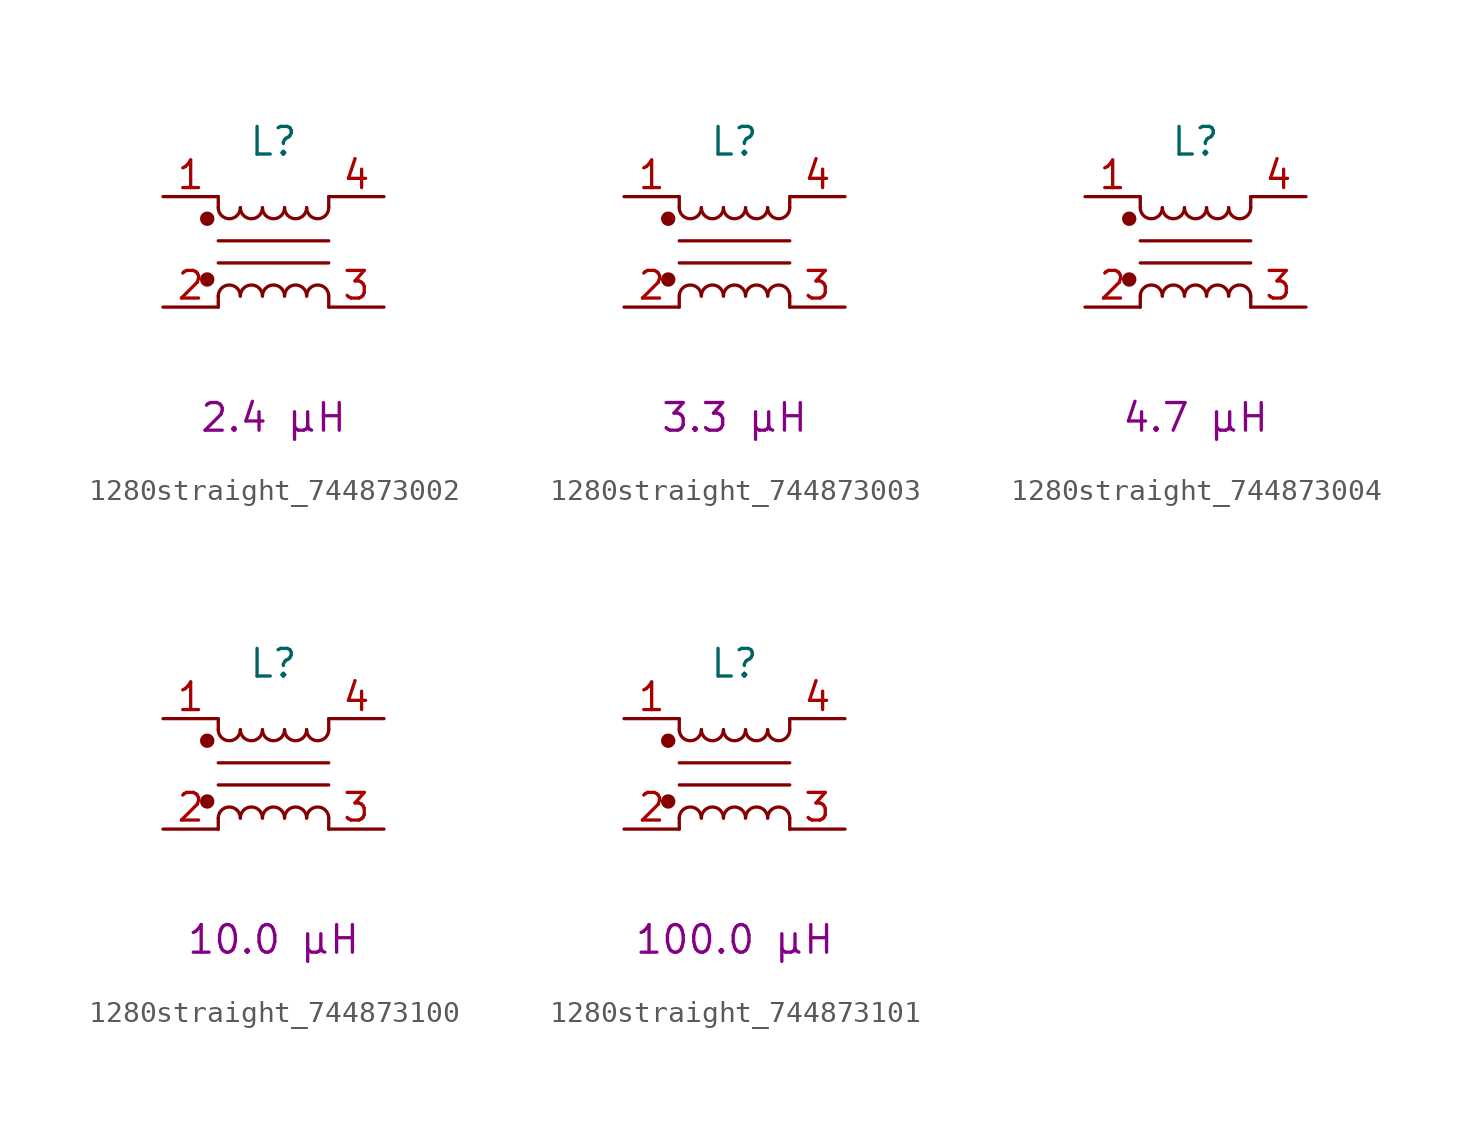
<source format=kicad_sym>
(kicad_symbol_lib
  (version 20220914)
  (generator kicad_symbol_editor)
  (symbol "1280straight_744873002"
    (pin_names hide)
    (property "Reference" "L"
      (at 0 5.08 0)
      (effects (font (size 1.27 1.27))))
    (property "Critical Parameter" "2.4 µH"
      (at 0 -7.62 0)
      (effects (font (size 1.27 1.27))))
    (symbol "1280straight_744873002_0_1"
      (circle (center -3.048 -1.27) (radius 0.254) (stroke (width 0) (type default)) (fill (type outline)))
      (circle (center -3.048 1.524) (radius 0.254) (stroke (width 0) (type default)) (fill (type outline)))
      (arc (start -2.54 2.032) (mid -2.032 1.5262) (end -1.524 2.032) (stroke (width 0) (type default)) (fill (type none)))
      (arc (start -1.524 -2.032) (mid -2.032 -1.5262) (end -2.54 -2.032) (stroke (width 0) (type default)) (fill (type none)))
      (arc (start -1.524 2.032) (mid -1.016 1.5262) (end -0.508 2.032) (stroke (width 0) (type default)) (fill (type none)))
      (arc (start -0.508 -2.032) (mid -1.016 -1.5262) (end -1.524 -2.032) (stroke (width 0) (type default)) (fill (type none)))
      (arc (start -0.508 2.032) (mid 0 1.5262) (end 0.508 2.032) (stroke (width 0) (type default)) (fill (type none)))
      (polyline (pts (xy -2.54 -2.032) (xy -2.54 -2.54)) (stroke (width 0) (type default)) (fill (type none)))
      (polyline (pts (xy -2.54 0.508) (xy 2.54 0.508)) (stroke (width 0) (type default)) (fill (type none)))
      (polyline (pts (xy -2.54 2.032) (xy -2.54 2.54)) (stroke (width 0) (type default)) (fill (type none)))
      (polyline (pts (xy 2.54 -2.032) (xy 2.54 -2.54)) (stroke (width 0) (type default)) (fill (type none)))
      (polyline (pts (xy 2.54 -0.508) (xy -2.54 -0.508)) (stroke (width 0) (type default)) (fill (type none)))
      (polyline (pts (xy 2.54 2.54) (xy 2.54 2.032)) (stroke (width 0) (type default)) (fill (type none)))
      (arc (start 0.508 -2.032) (mid 0 -1.5262) (end -0.508 -2.032) (stroke (width 0) (type default)) (fill (type none)))
      (arc (start 0.508 2.032) (mid 1.016 1.5262) (end 1.524 2.032) (stroke (width 0) (type default)) (fill (type none)))
      (arc (start 1.524 -2.032) (mid 1.016 -1.5262) (end 0.508 -2.032) (stroke (width 0) (type default)) (fill (type none)))
      (arc (start 1.524 2.032) (mid 2.032 1.5262) (end 2.54 2.032) (stroke (width 0) (type default)) (fill (type none)))
      (arc (start 2.54 -2.032) (mid 2.032 -1.5262) (end 1.524 -2.032) (stroke (width 0) (type default)) (fill (type none))))
    (symbol "1280straight_744873002_1_1"
      (pin passive line (at -5.08 2.54 0) (length 2.54) (name "1" (effects (font (size 1.27 1.27)))) (number "1" (effects (font (size 1.27 1.27)))))
      (pin passive line (at -5.08 -2.54 0) (length 2.54) (name "2" (effects (font (size 1.27 1.27)))) (number "2" (effects (font (size 1.27 1.27)))))
      (pin passive line (at 5.08 -2.54 180) (length 2.54) (name "3" (effects (font (size 1.27 1.27)))) (number "3" (effects (font (size 1.27 1.27)))))
      (pin passive line (at 5.08 2.54 180) (length 2.54) (name "4" (effects (font (size 1.27 1.27)))) (number "4" (effects (font (size 1.27 1.27)))))))
  (symbol "1280straight_744873003"
    (pin_names hide)
    (property "Reference" "L"
      (at 0 5.08 0)
      (effects (font (size 1.27 1.27))))
    (property "Critical Parameter" "3.3 µH"
      (at 0 -7.62 0)
      (effects (font (size 1.27 1.27))))
    (symbol "1280straight_744873003_0_1"
      (circle (center -3.048 -1.27) (radius 0.254) (stroke (width 0) (type default)) (fill (type outline)))
      (circle (center -3.048 1.524) (radius 0.254) (stroke (width 0) (type default)) (fill (type outline)))
      (arc (start -2.54 2.032) (mid -2.032 1.5262) (end -1.524 2.032) (stroke (width 0) (type default)) (fill (type none)))
      (arc (start -1.524 -2.032) (mid -2.032 -1.5262) (end -2.54 -2.032) (stroke (width 0) (type default)) (fill (type none)))
      (arc (start -1.524 2.032) (mid -1.016 1.5262) (end -0.508 2.032) (stroke (width 0) (type default)) (fill (type none)))
      (arc (start -0.508 -2.032) (mid -1.016 -1.5262) (end -1.524 -2.032) (stroke (width 0) (type default)) (fill (type none)))
      (arc (start -0.508 2.032) (mid 0 1.5262) (end 0.508 2.032) (stroke (width 0) (type default)) (fill (type none)))
      (polyline (pts (xy -2.54 -2.032) (xy -2.54 -2.54)) (stroke (width 0) (type default)) (fill (type none)))
      (polyline (pts (xy -2.54 0.508) (xy 2.54 0.508)) (stroke (width 0) (type default)) (fill (type none)))
      (polyline (pts (xy -2.54 2.032) (xy -2.54 2.54)) (stroke (width 0) (type default)) (fill (type none)))
      (polyline (pts (xy 2.54 -2.032) (xy 2.54 -2.54)) (stroke (width 0) (type default)) (fill (type none)))
      (polyline (pts (xy 2.54 -0.508) (xy -2.54 -0.508)) (stroke (width 0) (type default)) (fill (type none)))
      (polyline (pts (xy 2.54 2.54) (xy 2.54 2.032)) (stroke (width 0) (type default)) (fill (type none)))
      (arc (start 0.508 -2.032) (mid 0 -1.5262) (end -0.508 -2.032) (stroke (width 0) (type default)) (fill (type none)))
      (arc (start 0.508 2.032) (mid 1.016 1.5262) (end 1.524 2.032) (stroke (width 0) (type default)) (fill (type none)))
      (arc (start 1.524 -2.032) (mid 1.016 -1.5262) (end 0.508 -2.032) (stroke (width 0) (type default)) (fill (type none)))
      (arc (start 1.524 2.032) (mid 2.032 1.5262) (end 2.54 2.032) (stroke (width 0) (type default)) (fill (type none)))
      (arc (start 2.54 -2.032) (mid 2.032 -1.5262) (end 1.524 -2.032) (stroke (width 0) (type default)) (fill (type none))))
    (symbol "1280straight_744873003_1_1"
      (pin passive line (at -5.08 2.54 0) (length 2.54) (name "1" (effects (font (size 1.27 1.27)))) (number "1" (effects (font (size 1.27 1.27)))))
      (pin passive line (at -5.08 -2.54 0) (length 2.54) (name "2" (effects (font (size 1.27 1.27)))) (number "2" (effects (font (size 1.27 1.27)))))
      (pin passive line (at 5.08 -2.54 180) (length 2.54) (name "3" (effects (font (size 1.27 1.27)))) (number "3" (effects (font (size 1.27 1.27)))))
      (pin passive line (at 5.08 2.54 180) (length 2.54) (name "4" (effects (font (size 1.27 1.27)))) (number "4" (effects (font (size 1.27 1.27)))))))
  (symbol "1280straight_744873004"
    (pin_names hide)
    (property "Reference" "L"
      (at 0 5.08 0)
      (effects (font (size 1.27 1.27))))
    (property "Critical Parameter" "4.7 µH"
      (at 0 -7.62 0)
      (effects (font (size 1.27 1.27))))
    (symbol "1280straight_744873004_0_1"
      (circle (center -3.048 -1.27) (radius 0.254) (stroke (width 0) (type default)) (fill (type outline)))
      (circle (center -3.048 1.524) (radius 0.254) (stroke (width 0) (type default)) (fill (type outline)))
      (arc (start -2.54 2.032) (mid -2.032 1.5262) (end -1.524 2.032) (stroke (width 0) (type default)) (fill (type none)))
      (arc (start -1.524 -2.032) (mid -2.032 -1.5262) (end -2.54 -2.032) (stroke (width 0) (type default)) (fill (type none)))
      (arc (start -1.524 2.032) (mid -1.016 1.5262) (end -0.508 2.032) (stroke (width 0) (type default)) (fill (type none)))
      (arc (start -0.508 -2.032) (mid -1.016 -1.5262) (end -1.524 -2.032) (stroke (width 0) (type default)) (fill (type none)))
      (arc (start -0.508 2.032) (mid 0 1.5262) (end 0.508 2.032) (stroke (width 0) (type default)) (fill (type none)))
      (polyline (pts (xy -2.54 -2.032) (xy -2.54 -2.54)) (stroke (width 0) (type default)) (fill (type none)))
      (polyline (pts (xy -2.54 0.508) (xy 2.54 0.508)) (stroke (width 0) (type default)) (fill (type none)))
      (polyline (pts (xy -2.54 2.032) (xy -2.54 2.54)) (stroke (width 0) (type default)) (fill (type none)))
      (polyline (pts (xy 2.54 -2.032) (xy 2.54 -2.54)) (stroke (width 0) (type default)) (fill (type none)))
      (polyline (pts (xy 2.54 -0.508) (xy -2.54 -0.508)) (stroke (width 0) (type default)) (fill (type none)))
      (polyline (pts (xy 2.54 2.54) (xy 2.54 2.032)) (stroke (width 0) (type default)) (fill (type none)))
      (arc (start 0.508 -2.032) (mid 0 -1.5262) (end -0.508 -2.032) (stroke (width 0) (type default)) (fill (type none)))
      (arc (start 0.508 2.032) (mid 1.016 1.5262) (end 1.524 2.032) (stroke (width 0) (type default)) (fill (type none)))
      (arc (start 1.524 -2.032) (mid 1.016 -1.5262) (end 0.508 -2.032) (stroke (width 0) (type default)) (fill (type none)))
      (arc (start 1.524 2.032) (mid 2.032 1.5262) (end 2.54 2.032) (stroke (width 0) (type default)) (fill (type none)))
      (arc (start 2.54 -2.032) (mid 2.032 -1.5262) (end 1.524 -2.032) (stroke (width 0) (type default)) (fill (type none))))
    (symbol "1280straight_744873004_1_1"
      (pin passive line (at -5.08 2.54 0) (length 2.54) (name "1" (effects (font (size 1.27 1.27)))) (number "1" (effects (font (size 1.27 1.27)))))
      (pin passive line (at -5.08 -2.54 0) (length 2.54) (name "2" (effects (font (size 1.27 1.27)))) (number "2" (effects (font (size 1.27 1.27)))))
      (pin passive line (at 5.08 -2.54 180) (length 2.54) (name "3" (effects (font (size 1.27 1.27)))) (number "3" (effects (font (size 1.27 1.27)))))
      (pin passive line (at 5.08 2.54 180) (length 2.54) (name "4" (effects (font (size 1.27 1.27)))) (number "4" (effects (font (size 1.27 1.27)))))))
  (symbol "1280straight_744873100"
    (pin_names hide)
    (property "Reference" "L"
      (at 0 5.08 0)
      (effects (font (size 1.27 1.27))))
    (property "Critical Parameter" "10.0 µH"
      (at 0 -7.62 0)
      (effects (font (size 1.27 1.27))))
    (symbol "1280straight_744873100_0_1"
      (circle (center -3.048 -1.27) (radius 0.254) (stroke (width 0) (type default)) (fill (type outline)))
      (circle (center -3.048 1.524) (radius 0.254) (stroke (width 0) (type default)) (fill (type outline)))
      (arc (start -2.54 2.032) (mid -2.032 1.5262) (end -1.524 2.032) (stroke (width 0) (type default)) (fill (type none)))
      (arc (start -1.524 -2.032) (mid -2.032 -1.5262) (end -2.54 -2.032) (stroke (width 0) (type default)) (fill (type none)))
      (arc (start -1.524 2.032) (mid -1.016 1.5262) (end -0.508 2.032) (stroke (width 0) (type default)) (fill (type none)))
      (arc (start -0.508 -2.032) (mid -1.016 -1.5262) (end -1.524 -2.032) (stroke (width 0) (type default)) (fill (type none)))
      (arc (start -0.508 2.032) (mid 0 1.5262) (end 0.508 2.032) (stroke (width 0) (type default)) (fill (type none)))
      (polyline (pts (xy -2.54 -2.032) (xy -2.54 -2.54)) (stroke (width 0) (type default)) (fill (type none)))
      (polyline (pts (xy -2.54 0.508) (xy 2.54 0.508)) (stroke (width 0) (type default)) (fill (type none)))
      (polyline (pts (xy -2.54 2.032) (xy -2.54 2.54)) (stroke (width 0) (type default)) (fill (type none)))
      (polyline (pts (xy 2.54 -2.032) (xy 2.54 -2.54)) (stroke (width 0) (type default)) (fill (type none)))
      (polyline (pts (xy 2.54 -0.508) (xy -2.54 -0.508)) (stroke (width 0) (type default)) (fill (type none)))
      (polyline (pts (xy 2.54 2.54) (xy 2.54 2.032)) (stroke (width 0) (type default)) (fill (type none)))
      (arc (start 0.508 -2.032) (mid 0 -1.5262) (end -0.508 -2.032) (stroke (width 0) (type default)) (fill (type none)))
      (arc (start 0.508 2.032) (mid 1.016 1.5262) (end 1.524 2.032) (stroke (width 0) (type default)) (fill (type none)))
      (arc (start 1.524 -2.032) (mid 1.016 -1.5262) (end 0.508 -2.032) (stroke (width 0) (type default)) (fill (type none)))
      (arc (start 1.524 2.032) (mid 2.032 1.5262) (end 2.54 2.032) (stroke (width 0) (type default)) (fill (type none)))
      (arc (start 2.54 -2.032) (mid 2.032 -1.5262) (end 1.524 -2.032) (stroke (width 0) (type default)) (fill (type none))))
    (symbol "1280straight_744873100_1_1"
      (pin passive line (at -5.08 2.54 0) (length 2.54) (name "1" (effects (font (size 1.27 1.27)))) (number "1" (effects (font (size 1.27 1.27)))))
      (pin passive line (at -5.08 -2.54 0) (length 2.54) (name "2" (effects (font (size 1.27 1.27)))) (number "2" (effects (font (size 1.27 1.27)))))
      (pin passive line (at 5.08 -2.54 180) (length 2.54) (name "3" (effects (font (size 1.27 1.27)))) (number "3" (effects (font (size 1.27 1.27)))))
      (pin passive line (at 5.08 2.54 180) (length 2.54) (name "4" (effects (font (size 1.27 1.27)))) (number "4" (effects (font (size 1.27 1.27)))))))
  (symbol "1280straight_744873101"
    (pin_names hide)
    (property "Reference" "L"
      (at 0 5.08 0)
      (effects (font (size 1.27 1.27))))
    (property "Critical Parameter" "100.0 µH"
      (at 0 -7.62 0)
      (effects (font (size 1.27 1.27))))
    (symbol "1280straight_744873101_0_1"
      (circle (center -3.048 -1.27) (radius 0.254) (stroke (width 0) (type default)) (fill (type outline)))
      (circle (center -3.048 1.524) (radius 0.254) (stroke (width 0) (type default)) (fill (type outline)))
      (arc (start -2.54 2.032) (mid -2.032 1.5262) (end -1.524 2.032) (stroke (width 0) (type default)) (fill (type none)))
      (arc (start -1.524 -2.032) (mid -2.032 -1.5262) (end -2.54 -2.032) (stroke (width 0) (type default)) (fill (type none)))
      (arc (start -1.524 2.032) (mid -1.016 1.5262) (end -0.508 2.032) (stroke (width 0) (type default)) (fill (type none)))
      (arc (start -0.508 -2.032) (mid -1.016 -1.5262) (end -1.524 -2.032) (stroke (width 0) (type default)) (fill (type none)))
      (arc (start -0.508 2.032) (mid 0 1.5262) (end 0.508 2.032) (stroke (width 0) (type default)) (fill (type none)))
      (polyline (pts (xy -2.54 -2.032) (xy -2.54 -2.54)) (stroke (width 0) (type default)) (fill (type none)))
      (polyline (pts (xy -2.54 0.508) (xy 2.54 0.508)) (stroke (width 0) (type default)) (fill (type none)))
      (polyline (pts (xy -2.54 2.032) (xy -2.54 2.54)) (stroke (width 0) (type default)) (fill (type none)))
      (polyline (pts (xy 2.54 -2.032) (xy 2.54 -2.54)) (stroke (width 0) (type default)) (fill (type none)))
      (polyline (pts (xy 2.54 -0.508) (xy -2.54 -0.508)) (stroke (width 0) (type default)) (fill (type none)))
      (polyline (pts (xy 2.54 2.54) (xy 2.54 2.032)) (stroke (width 0) (type default)) (fill (type none)))
      (arc (start 0.508 -2.032) (mid 0 -1.5262) (end -0.508 -2.032) (stroke (width 0) (type default)) (fill (type none)))
      (arc (start 0.508 2.032) (mid 1.016 1.5262) (end 1.524 2.032) (stroke (width 0) (type default)) (fill (type none)))
      (arc (start 1.524 -2.032) (mid 1.016 -1.5262) (end 0.508 -2.032) (stroke (width 0) (type default)) (fill (type none)))
      (arc (start 1.524 2.032) (mid 2.032 1.5262) (end 2.54 2.032) (stroke (width 0) (type default)) (fill (type none)))
      (arc (start 2.54 -2.032) (mid 2.032 -1.5262) (end 1.524 -2.032) (stroke (width 0) (type default)) (fill (type none))))
    (symbol "1280straight_744873101_1_1"
      (pin passive line (at -5.08 2.54 0) (length 2.54) (name "1" (effects (font (size 1.27 1.27)))) (number "1" (effects (font (size 1.27 1.27)))))
      (pin passive line (at -5.08 -2.54 0) (length 2.54) (name "2" (effects (font (size 1.27 1.27)))) (number "2" (effects (font (size 1.27 1.27)))))
      (pin passive line (at 5.08 -2.54 180) (length 2.54) (name "3" (effects (font (size 1.27 1.27)))) (number "3" (effects (font (size 1.27 1.27)))))
      (pin passive line (at 5.08 2.54 180) (length 2.54) (name "4" (effects (font (size 1.27 1.27)))) (number "4" (effects (font (size 1.27 1.27))))))))
</source>
